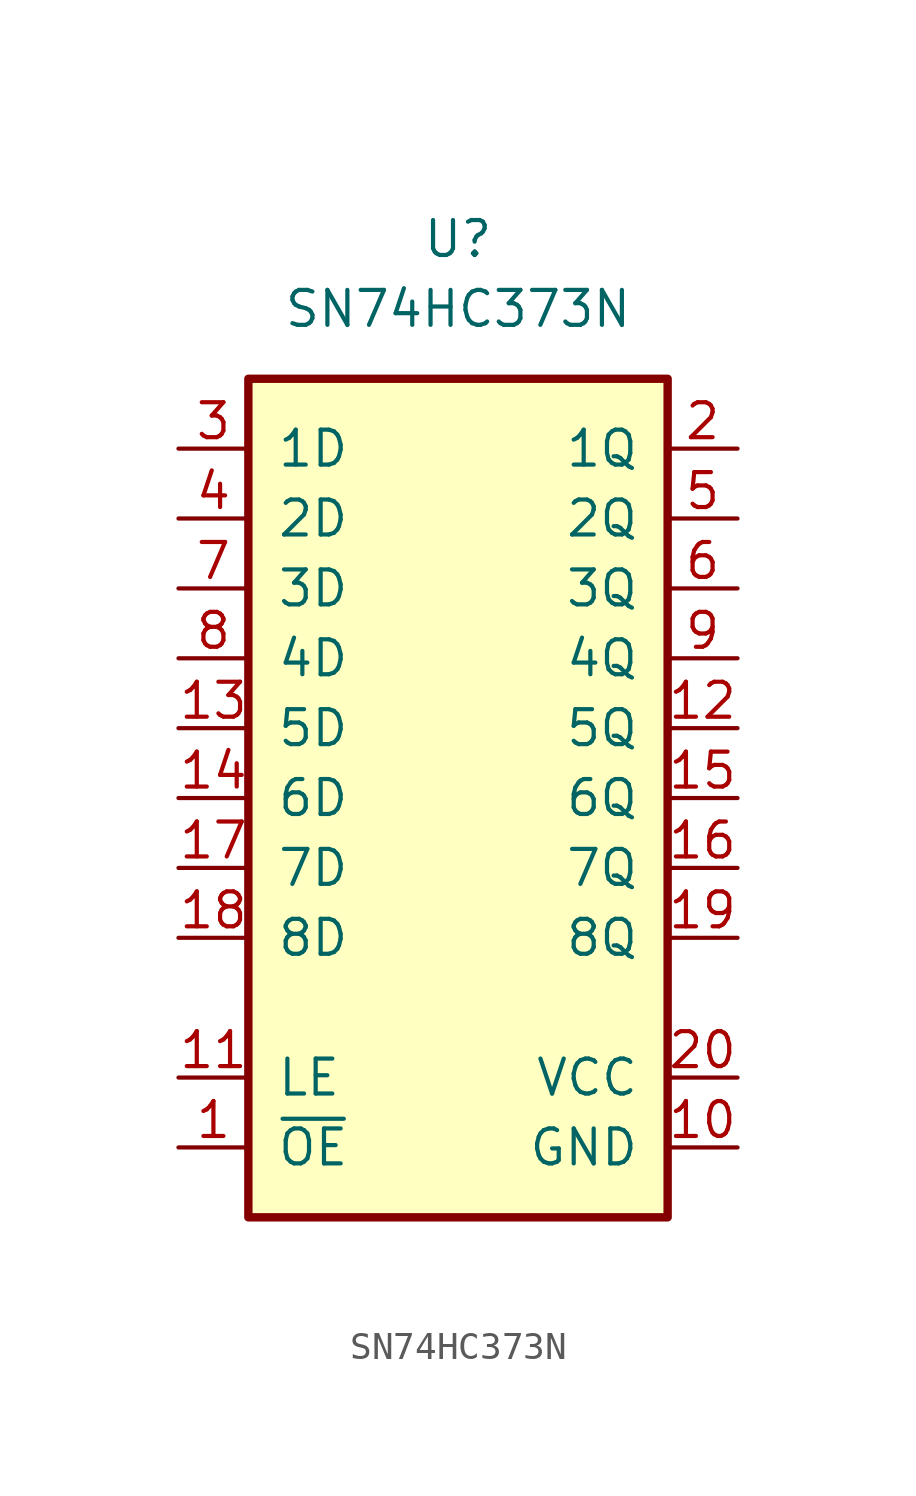
<source format=kicad_sym>
(kicad_symbol_lib
  (version 20220914)
  (generator kicad_symbol_editor)
  (symbol "SN74HC373N"
    (pin_names
      (offset 1.016))
    (property "Reference" "U"
      (at 0 20.32 0)
      (effects (font (size 1.27 1.27))))
    (property "Value" "SN74HC373N"
      (at 0 17.78 0)
      (effects (font (size 1.27 1.27))))
    (symbol "SN74HC373N_0_1"
      (rectangle (start -7.62 15.24) (end 7.62 -15.24) (stroke (width 0.305) (type default)) (fill (type background))))
    (symbol "SN74HC373N_1_1"
      (pin input line (at -10.16 -12.7 0) (length 2.54) (name "~{OE}" (effects (font (size 1.27 1.27)))) (number "1" (effects (font (size 1.27 1.27)))))
      (pin power_in line (at 10.16 -12.7 180) (length 2.54) (name "GND" (effects (font (size 1.27 1.27)))) (number "10" (effects (font (size 1.27 1.27)))))
      (pin input line (at -10.16 -10.16 0) (length 2.54) (name "LE" (effects (font (size 1.27 1.27)))) (number "11" (effects (font (size 1.27 1.27)))))
      (pin output line (at 10.16 2.54 180) (length 2.54) (name "5Q" (effects (font (size 1.27 1.27)))) (number "12" (effects (font (size 1.27 1.27)))))
      (pin input line (at -10.16 2.54 0) (length 2.54) (name "5D" (effects (font (size 1.27 1.27)))) (number "13" (effects (font (size 1.27 1.27)))))
      (pin input line (at -10.16 0 0) (length 2.54) (name "6D" (effects (font (size 1.27 1.27)))) (number "14" (effects (font (size 1.27 1.27)))))
      (pin output line (at 10.16 0 180) (length 2.54) (name "6Q" (effects (font (size 1.27 1.27)))) (number "15" (effects (font (size 1.27 1.27)))))
      (pin output line (at 10.16 -2.54 180) (length 2.54) (name "7Q" (effects (font (size 1.27 1.27)))) (number "16" (effects (font (size 1.27 1.27)))))
      (pin input line (at -10.16 -2.54 0) (length 2.54) (name "7D" (effects (font (size 1.27 1.27)))) (number "17" (effects (font (size 1.27 1.27)))))
      (pin input line (at -10.16 -5.08 0) (length 2.54) (name "8D" (effects (font (size 1.27 1.27)))) (number "18" (effects (font (size 1.27 1.27)))))
      (pin output line (at 10.16 -5.08 180) (length 2.54) (name "8Q" (effects (font (size 1.27 1.27)))) (number "19" (effects (font (size 1.27 1.27)))))
      (pin output line (at 10.16 12.7 180) (length 2.54) (name "1Q" (effects (font (size 1.27 1.27)))) (number "2" (effects (font (size 1.27 1.27)))))
      (pin power_in line (at 10.16 -10.16 180) (length 2.54) (name "VCC" (effects (font (size 1.27 1.27)))) (number "20" (effects (font (size 1.27 1.27)))))
      (pin input line (at -10.16 12.7 0) (length 2.54) (name "1D" (effects (font (size 1.27 1.27)))) (number "3" (effects (font (size 1.27 1.27)))))
      (pin input line (at -10.16 10.16 0) (length 2.54) (name "2D" (effects (font (size 1.27 1.27)))) (number "4" (effects (font (size 1.27 1.27)))))
      (pin output line (at 10.16 10.16 180) (length 2.54) (name "2Q" (effects (font (size 1.27 1.27)))) (number "5" (effects (font (size 1.27 1.27)))))
      (pin output line (at 10.16 7.62 180) (length 2.54) (name "3Q" (effects (font (size 1.27 1.27)))) (number "6" (effects (font (size 1.27 1.27)))))
      (pin input line (at -10.16 7.62 0) (length 2.54) (name "3D" (effects (font (size 1.27 1.27)))) (number "7" (effects (font (size 1.27 1.27)))))
      (pin input line (at -10.16 5.08 0) (length 2.54) (name "4D" (effects (font (size 1.27 1.27)))) (number "8" (effects (font (size 1.27 1.27)))))
      (pin output line (at 10.16 5.08 180) (length 2.54) (name "4Q" (effects (font (size 1.27 1.27)))) (number "9" (effects (font (size 1.27 1.27))))))))
</source>
